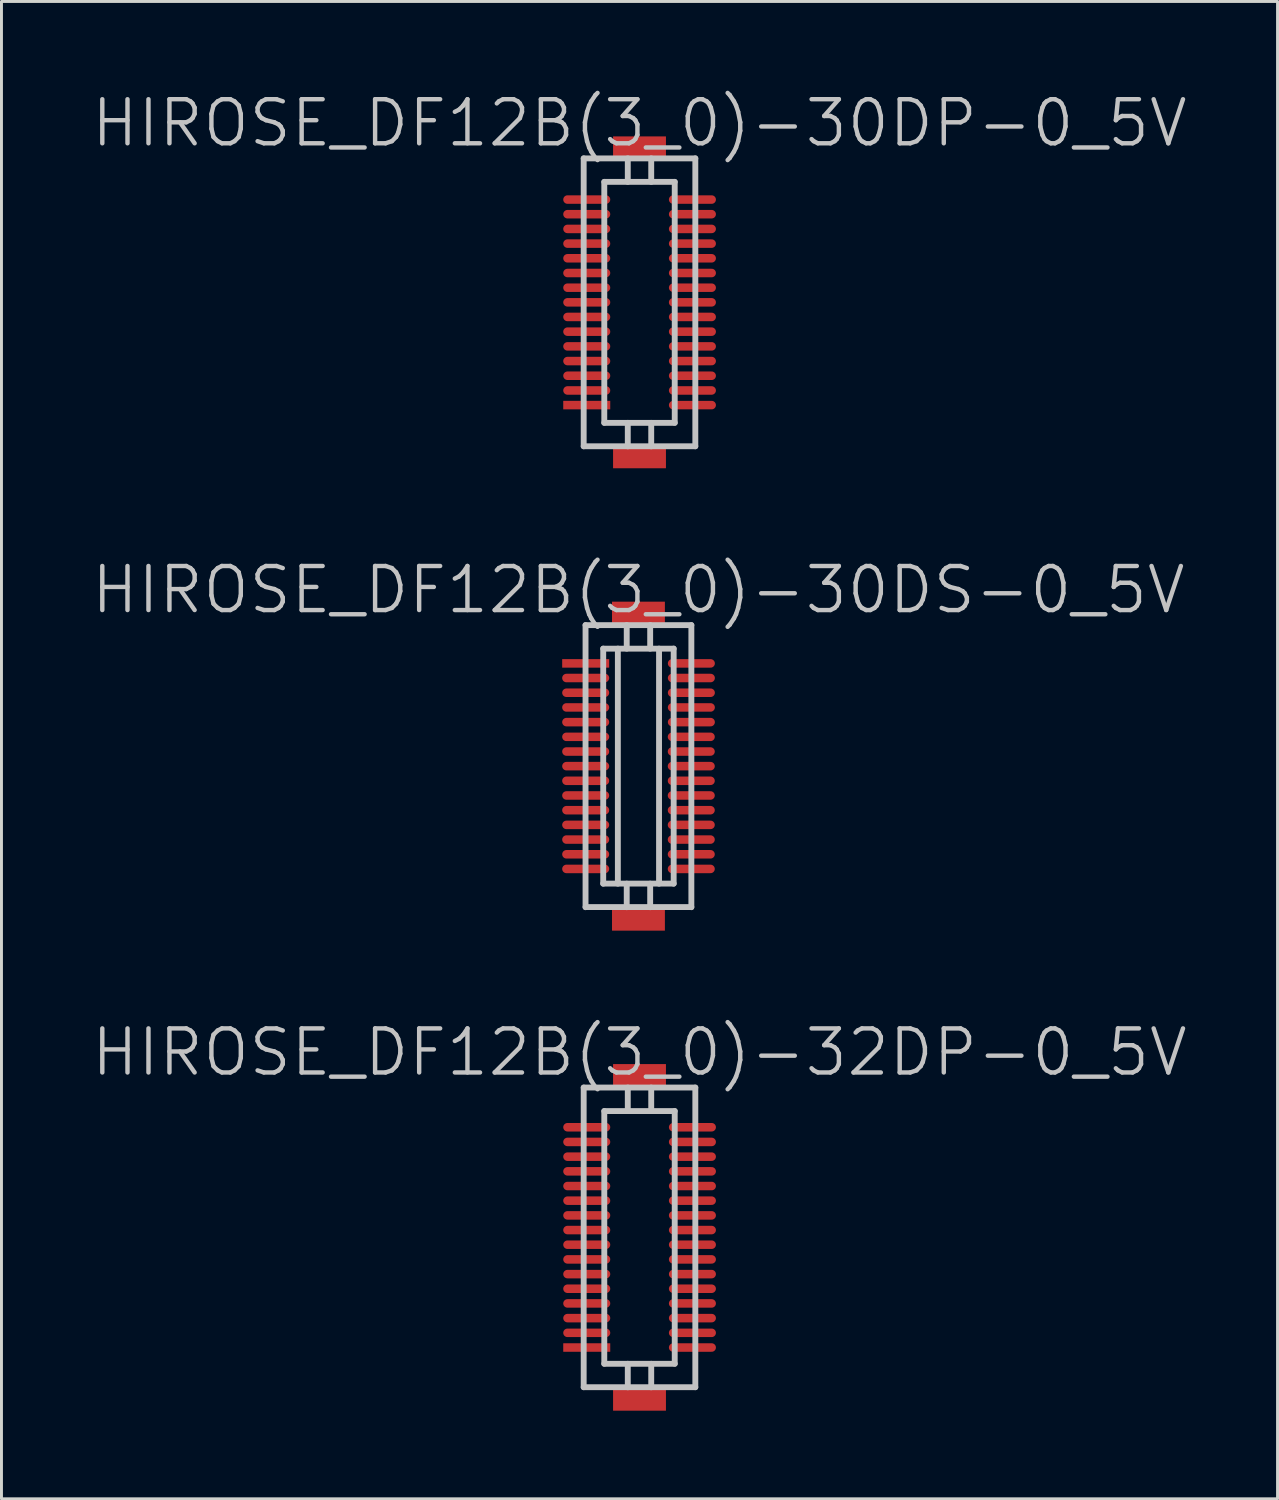
<source format=kicad_pcb>
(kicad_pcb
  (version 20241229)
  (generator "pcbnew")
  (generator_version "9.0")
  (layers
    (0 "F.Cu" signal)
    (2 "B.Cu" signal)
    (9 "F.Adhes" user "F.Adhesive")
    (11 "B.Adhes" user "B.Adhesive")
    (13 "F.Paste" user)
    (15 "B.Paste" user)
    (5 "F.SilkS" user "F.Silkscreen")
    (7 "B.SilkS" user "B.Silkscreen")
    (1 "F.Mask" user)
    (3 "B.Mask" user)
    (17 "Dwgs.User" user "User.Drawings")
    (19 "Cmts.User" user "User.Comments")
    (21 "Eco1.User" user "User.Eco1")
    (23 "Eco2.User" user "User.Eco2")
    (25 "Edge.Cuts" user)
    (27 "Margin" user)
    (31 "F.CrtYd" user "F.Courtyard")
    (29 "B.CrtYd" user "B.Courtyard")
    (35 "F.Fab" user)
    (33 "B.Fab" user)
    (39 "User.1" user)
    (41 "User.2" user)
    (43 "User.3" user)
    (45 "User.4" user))
  (footprint "HIROSE_DF12B(3_0)-32DP-0_5V"
    (layer "F.Cu")
    (at 18.718 39.069)
    (property "Reference" "HIROSE_DF12B(3_0)-32DP-0_5V" (at 0 -6.3 180) (layer "Dwgs.User") (effects (font (size 1.5 1.5) (thickness 0.15))))
    (attr smd)
    (fp_line (start -1.9 5.1) (end -1.9 -5.1) (stroke (width 0.2) (type solid)) (layer "Dwgs.User"))
    (fp_line (start -1.9 5.1) (end 1.9 5.1) (stroke (width 0.2) (type solid)) (layer "Dwgs.User"))
    (fp_line (start -1.199 -4.3) (end -1.199 4.3) (stroke (width 0.2) (type solid)) (layer "Dwgs.User"))
    (fp_line (start -1.199 -4.3) (end 1.199 -4.3) (stroke (width 0.2) (type solid)) (layer "Dwgs.User"))
    (fp_line (start -0.399 -4.3) (end -0.399 -5.1) (stroke (width 0.2) (type solid)) (layer "Dwgs.User"))
    (fp_line (start -0.399 5.103) (end -0.399 4.303) (stroke (width 0.2) (type solid)) (layer "Dwgs.User"))
    (fp_line (start 0.399 -4.3) (end 0.399 -5.1) (stroke (width 0.2) (type solid)) (layer "Dwgs.User"))
    (fp_line (start 0.399 4.303) (end 0.399 5.103) (stroke (width 0.2) (type solid)) (layer "Dwgs.User"))
    (fp_line (start 1.199 4.3) (end 1.199 -4.3) (stroke (width 0.2) (type solid)) (layer "Dwgs.User"))
    (fp_line (start 1.199 4.303) (end -1.199 4.303) (stroke (width 0.2) (type solid)) (layer "Dwgs.User"))
    (fp_line (start 1.9 -5.1) (end -1.9 -5.1) (stroke (width 0.2) (type solid)) (layer "Dwgs.User"))
    (fp_line (start 1.9 -5.1) (end 1.9 5.1) (stroke (width 0.2) (type solid)) (layer "Dwgs.User"))
    (pad "" smd rect (at 0 -5.499 270) (size 0.8 1.8) (layers "F.Cu" "F.Mask" "F.Paste"))
    (pad "" smd rect (at 0 5.499 270) (size 0.8 1.8) (layers "F.Cu" "F.Mask" "F.Paste"))
    (pad "1" smd rect (at -1.796 3.749 270) (size 0.29 1.6) (layers "F.Cu" "F.Mask" "F.Paste"))
    (pad "2" smd oval (at -1.796 3.249 270) (size 0.29 1.6) (layers "F.Cu" "F.Mask" "F.Paste"))
    (pad "3" smd oval (at -1.796 2.748 270) (size 0.29 1.6) (layers "F.Cu" "F.Mask" "F.Paste"))
    (pad "4" smd oval (at -1.796 2.248 270) (size 0.29 1.6) (layers "F.Cu" "F.Mask" "F.Paste"))
    (pad "5" smd oval (at -1.796 1.748 270) (size 0.29 1.6) (layers "F.Cu" "F.Mask" "F.Paste"))
    (pad "6" smd oval (at -1.796 1.25 270) (size 0.29 1.6) (layers "F.Cu" "F.Mask" "F.Paste"))
    (pad "7" smd oval (at -1.796 0.749 270) (size 0.29 1.6) (layers "F.Cu" "F.Mask" "F.Paste"))
    (pad "8" smd oval (at -1.796 0.249 270) (size 0.29 1.6) (layers "F.Cu" "F.Mask" "F.Paste"))
    (pad "9" smd oval (at -1.796 -0.249 270) (size 0.29 1.6) (layers "F.Cu" "F.Mask" "F.Paste"))
    (pad "10" smd oval (at -1.796 -0.749 270) (size 0.29 1.6) (layers "F.Cu" "F.Mask" "F.Paste"))
    (pad "11" smd oval (at -1.796 -1.25 270) (size 0.29 1.6) (layers "F.Cu" "F.Mask" "F.Paste"))
    (pad "12" smd oval (at -1.796 -1.748 270) (size 0.29 1.6) (layers "F.Cu" "F.Mask" "F.Paste"))
    (pad "13" smd oval (at -1.796 -2.248 270) (size 0.29 1.6) (layers "F.Cu" "F.Mask" "F.Paste"))
    (pad "14" smd oval (at -1.796 -2.748 270) (size 0.29 1.6) (layers "F.Cu" "F.Mask" "F.Paste"))
    (pad "15" smd oval (at -1.796 -3.249 270) (size 0.29 1.6) (layers "F.Cu" "F.Mask" "F.Paste"))
    (pad "16" smd oval (at -1.796 -3.749 270) (size 0.29 1.6) (layers "F.Cu" "F.Mask" "F.Paste"))
    (pad "17" smd oval (at 1.801 -3.749 270) (size 0.29 1.6) (layers "F.Cu" "F.Mask" "F.Paste"))
    (pad "18" smd oval (at 1.801 -3.249 270) (size 0.29 1.6) (layers "F.Cu" "F.Mask" "F.Paste"))
    (pad "19" smd oval (at 1.801 -2.748 270) (size 0.29 1.6) (layers "F.Cu" "F.Mask" "F.Paste"))
    (pad "20" smd oval (at 1.801 -2.248 270) (size 0.29 1.6) (layers "F.Cu" "F.Mask" "F.Paste"))
    (pad "21" smd oval (at 1.801 -1.748 270) (size 0.29 1.6) (layers "F.Cu" "F.Mask" "F.Paste"))
    (pad "22" smd oval (at 1.801 -1.25 270) (size 0.29 1.6) (layers "F.Cu" "F.Mask" "F.Paste"))
    (pad "23" smd oval (at 1.801 -0.749 270) (size 0.29 1.6) (layers "F.Cu" "F.Mask" "F.Paste"))
    (pad "24" smd oval (at 1.801 -0.249 270) (size 0.29 1.6) (layers "F.Cu" "F.Mask" "F.Paste"))
    (pad "25" smd oval (at 1.801 0.249 270) (size 0.29 1.6) (layers "F.Cu" "F.Mask" "F.Paste"))
    (pad "26" smd oval (at 1.801 0.749 270) (size 0.29 1.6) (layers "F.Cu" "F.Mask" "F.Paste"))
    (pad "27" smd oval (at 1.801 1.25 270) (size 0.29 1.6) (layers "F.Cu" "F.Mask" "F.Paste"))
    (pad "28" smd oval (at 1.801 1.748 270) (size 0.29 1.6) (layers "F.Cu" "F.Mask" "F.Paste"))
    (pad "29" smd oval (at 1.801 2.248 270) (size 0.29 1.6) (layers "F.Cu" "F.Mask" "F.Paste"))
    (pad "30" smd oval (at 1.801 2.748 270) (size 0.29 1.6) (layers "F.Cu" "F.Mask" "F.Paste"))
    (pad "31" smd oval (at 1.801 3.249 270) (size 0.29 1.6) (layers "F.Cu" "F.Mask" "F.Paste"))
    (pad "32" smd oval (at 1.801 3.749 270) (size 0.29 1.6) (layers "F.Cu" "F.Mask" "F.Paste")))
  (footprint "HIROSE_DF12B(3_0)-30DS-0_5V"
    (layer "F.Cu")
    (at 18.682 23.029)
    (property "Reference" "HIROSE_DF12B(3_0)-30DS-0_5V" (at 0 -6 180) (layer "Dwgs.User") (effects (font (size 1.5 1.5) (thickness 0.15))))
    (attr smd)
    (fp_line (start -1.801 -4.801) (end -1.801 4.801) (stroke (width 0.2) (type solid)) (layer "Dwgs.User"))
    (fp_line (start -1.801 -4.801) (end 1.801 -4.801) (stroke (width 0.2) (type solid)) (layer "Dwgs.User"))
    (fp_line (start -1.199 -4) (end 1.199 -4) (stroke (width 0.2) (type solid)) (layer "Dwgs.User"))
    (fp_line (start -1.199 4) (end -1.199 -4) (stroke (width 0.2) (type solid)) (layer "Dwgs.User"))
    (fp_line (start -0.701 4) (end -0.701 -4) (stroke (width 0.2) (type solid)) (layer "Dwgs.User"))
    (fp_line (start -0.399 -4) (end -0.399 -4.801) (stroke (width 0.2) (type solid)) (layer "Dwgs.User"))
    (fp_line (start -0.399 4.801) (end -0.399 4) (stroke (width 0.2) (type solid)) (layer "Dwgs.User"))
    (fp_line (start 0.399 -4) (end 0.399 -4.801) (stroke (width 0.2) (type solid)) (layer "Dwgs.User"))
    (fp_line (start 0.399 4) (end 0.399 4.801) (stroke (width 0.2) (type solid)) (layer "Dwgs.User"))
    (fp_line (start 0.701 -4) (end 0.701 4) (stroke (width 0.2) (type solid)) (layer "Dwgs.User"))
    (fp_line (start 1.199 3.998) (end -1.199 3.998) (stroke (width 0.2) (type solid)) (layer "Dwgs.User"))
    (fp_line (start 1.199 4) (end 1.199 -4) (stroke (width 0.2) (type solid)) (layer "Dwgs.User"))
    (fp_line (start 1.801 4.796) (end -1.801 4.796) (stroke (width 0.2) (type solid)) (layer "Dwgs.User"))
    (fp_line (start 1.801 4.801) (end 1.801 -4.801) (stroke (width 0.2) (type solid)) (layer "Dwgs.User"))
    (pad "" smd rect (at 0 -5.199 270) (size 0.8 1.8) (layers "F.Cu" "F.Mask" "F.Paste"))
    (pad "" smd rect (at 0 5.199 270) (size 0.8 1.8) (layers "F.Cu" "F.Mask" "F.Paste"))
    (pad "1" smd rect (at -1.796 -3.498 270) (size 0.29 1.6) (layers "F.Cu" "F.Mask" "F.Paste"))
    (pad "2" smd oval (at -1.796 -3 270) (size 0.29 1.6) (layers "F.Cu" "F.Mask" "F.Paste"))
    (pad "3" smd oval (at -1.796 -2.499 270) (size 0.29 1.6) (layers "F.Cu" "F.Mask" "F.Paste"))
    (pad "4" smd oval (at -1.796 -1.999 270) (size 0.29 1.6) (layers "F.Cu" "F.Mask" "F.Paste"))
    (pad "5" smd oval (at -1.796 -1.499 270) (size 0.29 1.6) (layers "F.Cu" "F.Mask" "F.Paste"))
    (pad "6" smd oval (at -1.796 -0.998 270) (size 0.29 1.6) (layers "F.Cu" "F.Mask" "F.Paste"))
    (pad "7" smd oval (at -1.796 -0.498 270) (size 0.29 1.6) (layers "F.Cu" "F.Mask" "F.Paste"))
    (pad "8" smd oval (at -1.796 0 270) (size 0.29 1.6) (layers "F.Cu" "F.Mask" "F.Paste"))
    (pad "9" smd oval (at -1.796 0.498 270) (size 0.29 1.6) (layers "F.Cu" "F.Mask" "F.Paste"))
    (pad "10" smd oval (at -1.796 0.998 270) (size 0.29 1.6) (layers "F.Cu" "F.Mask" "F.Paste"))
    (pad "11" smd oval (at -1.796 1.499 270) (size 0.29 1.6) (layers "F.Cu" "F.Mask" "F.Paste"))
    (pad "12" smd oval (at -1.796 1.999 270) (size 0.29 1.6) (layers "F.Cu" "F.Mask" "F.Paste"))
    (pad "13" smd oval (at -1.796 2.499 270) (size 0.29 1.6) (layers "F.Cu" "F.Mask" "F.Paste"))
    (pad "14" smd oval (at -1.796 3 270) (size 0.29 1.6) (layers "F.Cu" "F.Mask" "F.Paste"))
    (pad "15" smd oval (at -1.796 3.498 270) (size 0.29 1.6) (layers "F.Cu" "F.Mask" "F.Paste"))
    (pad "16" smd oval (at 1.798 3.498 270) (size 0.29 1.6) (layers "F.Cu" "F.Mask" "F.Paste"))
    (pad "17" smd oval (at 1.798 3 270) (size 0.29 1.6) (layers "F.Cu" "F.Mask" "F.Paste"))
    (pad "18" smd oval (at 1.798 2.499 270) (size 0.29 1.6) (layers "F.Cu" "F.Mask" "F.Paste"))
    (pad "19" smd oval (at 1.798 1.999 270) (size 0.29 1.6) (layers "F.Cu" "F.Mask" "F.Paste"))
    (pad "20" smd oval (at 1.798 1.499 270) (size 0.29 1.6) (layers "F.Cu" "F.Mask" "F.Paste"))
    (pad "21" smd oval (at 1.798 0.998 270) (size 0.29 1.6) (layers "F.Cu" "F.Mask" "F.Paste"))
    (pad "22" smd oval (at 1.798 0.498 270) (size 0.29 1.6) (layers "F.Cu" "F.Mask" "F.Paste"))
    (pad "23" smd oval (at 1.798 0 270) (size 0.29 1.6) (layers "F.Cu" "F.Mask" "F.Paste"))
    (pad "24" smd oval (at 1.798 -0.498 270) (size 0.29 1.6) (layers "F.Cu" "F.Mask" "F.Paste"))
    (pad "25" smd oval (at 1.798 -0.998 270) (size 0.29 1.6) (layers "F.Cu" "F.Mask" "F.Paste"))
    (pad "26" smd oval (at 1.801 -1.499 270) (size 0.29 1.6) (layers "F.Cu" "F.Mask" "F.Paste"))
    (pad "27" smd oval (at 1.801 -1.999 270) (size 0.29 1.6) (layers "F.Cu" "F.Mask" "F.Paste"))
    (pad "28" smd oval (at 1.801 -2.499 270) (size 0.29 1.6) (layers "F.Cu" "F.Mask" "F.Paste"))
    (pad "29" smd oval (at 1.801 -3 270) (size 0.29 1.6) (layers "F.Cu" "F.Mask" "F.Paste"))
    (pad "30" smd oval (at 1.801 -3.498 270) (size 0.29 1.6) (layers "F.Cu" "F.Mask" "F.Paste")))
  (footprint "HIROSE_DF12B(3_0)-30DP-0_5V"
    (layer "F.Cu")
    (at 18.718 7.241)
    (property "Reference" "HIROSE_DF12B(3_0)-30DP-0_5V" (at 0 -6.1 180) (layer "Dwgs.User") (effects (font (size 1.5 1.5) (thickness 0.15))))
    (attr smd)
    (fp_line (start -1.9 4.9) (end -1.9 -4.9) (stroke (width 0.2) (type solid)) (layer "Dwgs.User"))
    (fp_line (start -1.9 4.9) (end 1.9 4.9) (stroke (width 0.2) (type solid)) (layer "Dwgs.User"))
    (fp_line (start -1.199 -4.1) (end -1.199 4.1) (stroke (width 0.2) (type solid)) (layer "Dwgs.User"))
    (fp_line (start -1.199 -4.1) (end 1.199 -4.1) (stroke (width 0.2) (type solid)) (layer "Dwgs.User"))
    (fp_line (start -0.399 -4.1) (end -0.399 -4.9) (stroke (width 0.2) (type solid)) (layer "Dwgs.User"))
    (fp_line (start -0.399 4.902) (end -0.399 4.102) (stroke (width 0.2) (type solid)) (layer "Dwgs.User"))
    (fp_line (start 0.399 -4.1) (end 0.399 -4.9) (stroke (width 0.2) (type solid)) (layer "Dwgs.User"))
    (fp_line (start 0.399 4.102) (end 0.399 4.902) (stroke (width 0.2) (type solid)) (layer "Dwgs.User"))
    (fp_line (start 1.199 4.1) (end 1.199 -4.1) (stroke (width 0.2) (type solid)) (layer "Dwgs.User"))
    (fp_line (start 1.199 4.102) (end -1.199 4.102) (stroke (width 0.2) (type solid)) (layer "Dwgs.User"))
    (fp_line (start 1.9 -4.9) (end -1.9 -4.9) (stroke (width 0.2) (type solid)) (layer "Dwgs.User"))
    (fp_line (start 1.9 -4.9) (end 1.9 4.9) (stroke (width 0.2) (type solid)) (layer "Dwgs.User"))
    (pad "" smd rect (at 0 -5.248 270) (size 0.8 1.8) (layers "F.Cu" "F.Mask" "F.Paste"))
    (pad "" smd rect (at 0 5.248 270) (size 0.8 1.8) (layers "F.Cu" "F.Mask" "F.Paste"))
    (pad "1" smd rect (at -1.796 3.498 270) (size 0.29 1.6) (layers "F.Cu" "F.Mask" "F.Paste"))
    (pad "2" smd oval (at -1.796 3 270) (size 0.29 1.6) (layers "F.Cu" "F.Mask" "F.Paste"))
    (pad "3" smd oval (at -1.796 2.499 270) (size 0.29 1.6) (layers "F.Cu" "F.Mask" "F.Paste"))
    (pad "4" smd oval (at -1.796 1.999 270) (size 0.29 1.6) (layers "F.Cu" "F.Mask" "F.Paste"))
    (pad "5" smd oval (at -1.796 1.499 270) (size 0.29 1.6) (layers "F.Cu" "F.Mask" "F.Paste"))
    (pad "6" smd oval (at -1.796 0.998 270) (size 0.29 1.6) (layers "F.Cu" "F.Mask" "F.Paste"))
    (pad "7" smd oval (at -1.796 0.498 270) (size 0.29 1.6) (layers "F.Cu" "F.Mask" "F.Paste"))
    (pad "8" smd oval (at -1.796 0 270) (size 0.29 1.6) (layers "F.Cu" "F.Mask" "F.Paste"))
    (pad "9" smd oval (at -1.796 -0.498 270) (size 0.29 1.6) (layers "F.Cu" "F.Mask" "F.Paste"))
    (pad "10" smd oval (at -1.796 -0.998 270) (size 0.29 1.6) (layers "F.Cu" "F.Mask" "F.Paste"))
    (pad "11" smd oval (at -1.796 -1.499 270) (size 0.29 1.6) (layers "F.Cu" "F.Mask" "F.Paste"))
    (pad "12" smd oval (at -1.796 -1.999 270) (size 0.29 1.6) (layers "F.Cu" "F.Mask" "F.Paste"))
    (pad "13" smd oval (at -1.796 -2.499 270) (size 0.29 1.6) (layers "F.Cu" "F.Mask" "F.Paste"))
    (pad "14" smd oval (at -1.796 -3 270) (size 0.29 1.6) (layers "F.Cu" "F.Mask" "F.Paste"))
    (pad "15" smd oval (at -1.796 -3.498 270) (size 0.29 1.6) (layers "F.Cu" "F.Mask" "F.Paste"))
    (pad "16" smd oval (at 1.801 -3.498 270) (size 0.29 1.6) (layers "F.Cu" "F.Mask" "F.Paste"))
    (pad "17" smd oval (at 1.801 -3 270) (size 0.29 1.6) (layers "F.Cu" "F.Mask" "F.Paste"))
    (pad "18" smd oval (at 1.801 -2.499 270) (size 0.29 1.6) (layers "F.Cu" "F.Mask" "F.Paste"))
    (pad "19" smd oval (at 1.801 -1.999 270) (size 0.29 1.6) (layers "F.Cu" "F.Mask" "F.Paste"))
    (pad "20" smd oval (at 1.801 -1.499 270) (size 0.29 1.6) (layers "F.Cu" "F.Mask" "F.Paste"))
    (pad "21" smd oval (at 1.801 -0.998 270) (size 0.29 1.6) (layers "F.Cu" "F.Mask" "F.Paste"))
    (pad "22" smd oval (at 1.801 -0.498 270) (size 0.29 1.6) (layers "F.Cu" "F.Mask" "F.Paste"))
    (pad "23" smd oval (at 1.801 0 270) (size 0.29 1.6) (layers "F.Cu" "F.Mask" "F.Paste"))
    (pad "24" smd oval (at 1.801 0.498 270) (size 0.29 1.6) (layers "F.Cu" "F.Mask" "F.Paste"))
    (pad "25" smd oval (at 1.801 0.998 270) (size 0.29 1.6) (layers "F.Cu" "F.Mask" "F.Paste"))
    (pad "26" smd oval (at 1.801 1.499 270) (size 0.29 1.6) (layers "F.Cu" "F.Mask" "F.Paste"))
    (pad "27" smd oval (at 1.801 1.999 270) (size 0.29 1.6) (layers "F.Cu" "F.Mask" "F.Paste"))
    (pad "28" smd oval (at 1.801 2.499 270) (size 0.29 1.6) (layers "F.Cu" "F.Mask" "F.Paste"))
    (pad "29" smd oval (at 1.801 3 270) (size 0.29 1.6) (layers "F.Cu" "F.Mask" "F.Paste"))
    (pad "30" smd oval (at 1.801 3.498 270) (size 0.29 1.6) (layers "F.Cu" "F.Mask" "F.Paste")))
  (gr_rect
    (start -3 -3)
    (end 40.436 47.968)
    (stroke (width 0.1) (type default))
    (fill no)
    (layer "Edge.Cuts")))
</source>
